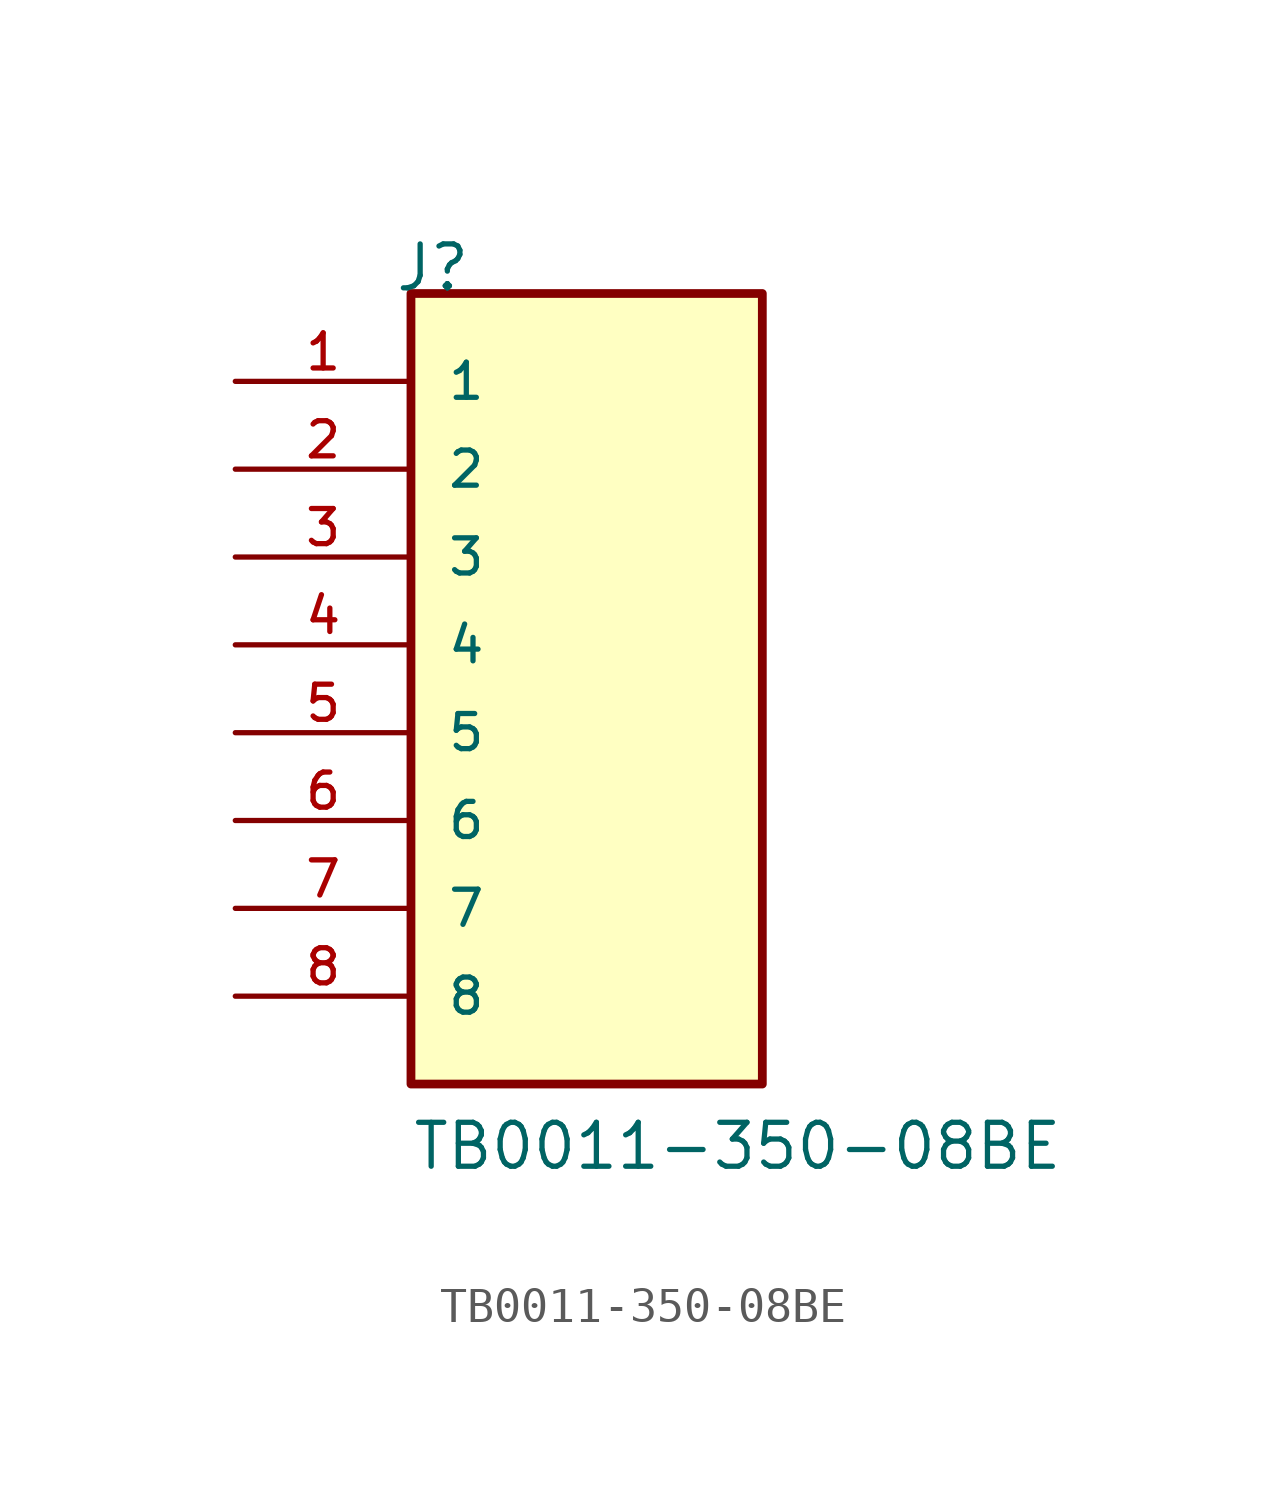
<source format=kicad_sym>
(kicad_symbol_lib
  (version 20211014)
  (generator kicad_symbol_editor)
  (symbol "TB0011-350-08BE"
    (pin_names
      (offset 1.016))
    (property "Reference" "J"
      (at -5.58 12.7 0)
      (effects (font (size 1.27 1.27)) (justify bottom left)))
    (property "Value" "TB0011-350-08BE"
      (at -5.08 -12.7 0)
      (effects (font (size 1.27 1.27)) (justify bottom left)))
    (symbol "TB0011-350-08BE_0_0"
      (rectangle (start -5.08 -10.16) (end 5.08 12.7) (stroke (width 0.254)) (fill (type background)))
      (pin passive line (at -10.16 10.16 0) (length 5.08) (name "1" (effects (font (size 1.016 1.016)))) (number "1" (effects (font (size 1.016 1.016)))))
      (pin passive line (at -10.16 7.62 0) (length 5.08) (name "2" (effects (font (size 1.016 1.016)))) (number "2" (effects (font (size 1.016 1.016)))))
      (pin passive line (at -10.16 5.08 0) (length 5.08) (name "3" (effects (font (size 1.016 1.016)))) (number "3" (effects (font (size 1.016 1.016)))))
      (pin passive line (at -10.16 2.54 0) (length 5.08) (name "4" (effects (font (size 1.016 1.016)))) (number "4" (effects (font (size 1.016 1.016)))))
      (pin passive line (at -10.16 0.0 0) (length 5.08) (name "5" (effects (font (size 1.016 1.016)))) (number "5" (effects (font (size 1.016 1.016)))))
      (pin passive line (at -10.16 -2.54 0) (length 5.08) (name "6" (effects (font (size 1.016 1.016)))) (number "6" (effects (font (size 1.016 1.016)))))
      (pin passive line (at -10.16 -5.08 0) (length 5.08) (name "7" (effects (font (size 1.016 1.016)))) (number "7" (effects (font (size 1.016 1.016)))))
      (pin passive line (at -10.16 -7.62 0) (length 5.08) (name "8" (effects (font (size 1.016 1.016)))) (number "8" (effects (font (size 1.016 1.016))))))))
</source>
